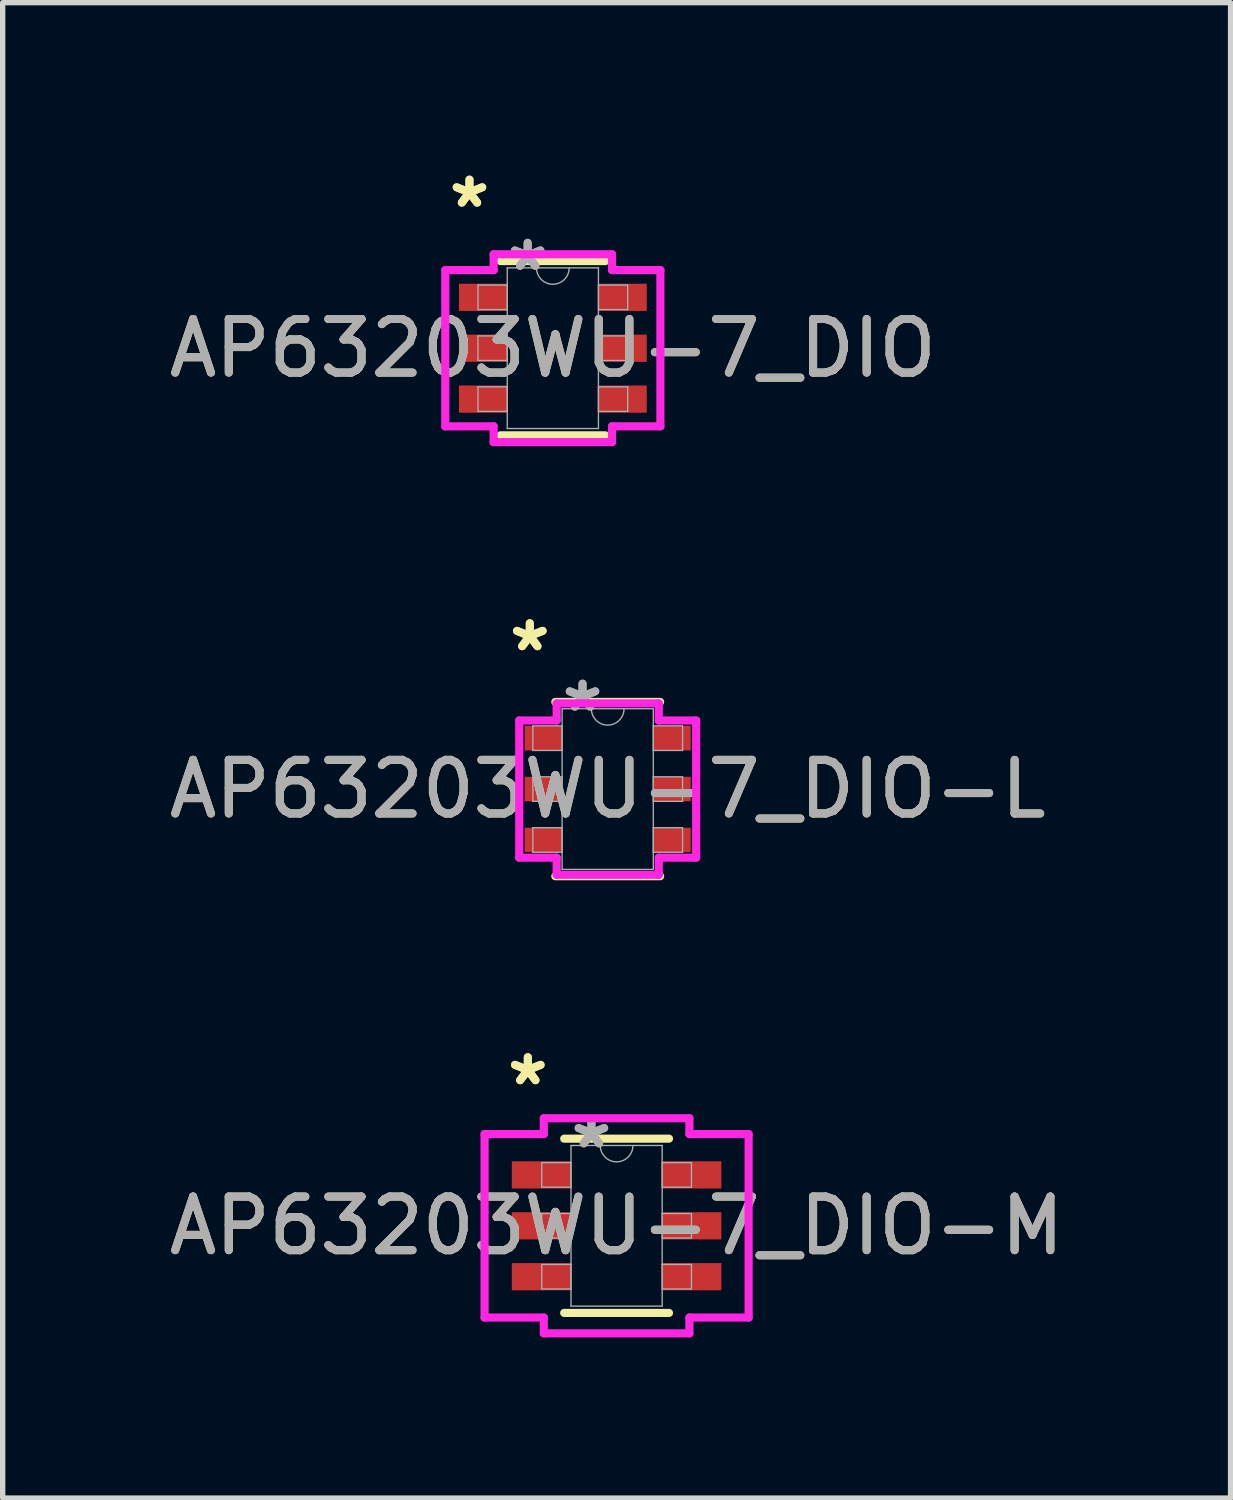
<source format=kicad_pcb>
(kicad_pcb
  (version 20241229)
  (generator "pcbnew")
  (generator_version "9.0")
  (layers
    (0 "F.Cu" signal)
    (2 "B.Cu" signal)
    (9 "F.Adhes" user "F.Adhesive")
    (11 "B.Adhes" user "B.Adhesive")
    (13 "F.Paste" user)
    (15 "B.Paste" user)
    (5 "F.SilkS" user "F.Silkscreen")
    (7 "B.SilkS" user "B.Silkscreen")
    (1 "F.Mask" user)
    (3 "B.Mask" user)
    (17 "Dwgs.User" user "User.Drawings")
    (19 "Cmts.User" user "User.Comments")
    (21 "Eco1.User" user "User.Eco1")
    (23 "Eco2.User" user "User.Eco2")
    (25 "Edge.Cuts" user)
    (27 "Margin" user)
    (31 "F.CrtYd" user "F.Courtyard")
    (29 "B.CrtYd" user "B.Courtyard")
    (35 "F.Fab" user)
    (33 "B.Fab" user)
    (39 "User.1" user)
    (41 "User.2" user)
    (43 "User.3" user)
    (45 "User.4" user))
  (footprint "AP63203WU-7_DIO-M"
    (layer "F.Cu")
    (at 8.458 19.828)
    (property "Reference" "AP63203WU-7_DIO-M" (at 0 0 0) (unlocked yes) (layer "F.SilkS") (effects (font (size 1 1) (thickness 0.15))))
    (attr smd)
    (fp_line (start -0.978 1.626) (end 0.978 1.626) (stroke (width 0.152) (type solid)) (layer "F.SilkS"))
    (fp_line (start 0.978 -1.626) (end -0.978 -1.626) (stroke (width 0.152) (type solid)) (layer "F.SilkS"))
    (fp_line (start -2.464 -1.712) (end -1.359 -1.712) (stroke (width 0.152) (type solid)) (layer "F.CrtYd"))
    (fp_line (start -2.464 1.712) (end -2.464 -1.712) (stroke (width 0.152) (type solid)) (layer "F.CrtYd"))
    (fp_line (start -2.464 1.712) (end -1.359 1.712) (stroke (width 0.152) (type solid)) (layer "F.CrtYd"))
    (fp_line (start -1.359 -2.007) (end 1.359 -2.007) (stroke (width 0.152) (type solid)) (layer "F.CrtYd"))
    (fp_line (start -1.359 -1.712) (end -1.359 -2.007) (stroke (width 0.152) (type solid)) (layer "F.CrtYd"))
    (fp_line (start -1.359 2.007) (end -1.359 1.712) (stroke (width 0.152) (type solid)) (layer "F.CrtYd"))
    (fp_line (start 1.359 -2.007) (end 1.359 -1.712) (stroke (width 0.152) (type solid)) (layer "F.CrtYd"))
    (fp_line (start 1.359 1.712) (end 1.359 2.007) (stroke (width 0.152) (type solid)) (layer "F.CrtYd"))
    (fp_line (start 1.359 2.007) (end -1.359 2.007) (stroke (width 0.152) (type solid)) (layer "F.CrtYd"))
    (fp_line (start 2.464 -1.712) (end 1.359 -1.712) (stroke (width 0.152) (type solid)) (layer "F.CrtYd"))
    (fp_line (start 2.464 -1.712) (end 2.464 1.712) (stroke (width 0.152) (type solid)) (layer "F.CrtYd"))
    (fp_line (start 2.464 1.712) (end 1.359 1.712) (stroke (width 0.152) (type solid)) (layer "F.CrtYd"))
    (fp_line (start -1.397 -1.179) (end -1.397 -0.721) (stroke (width 0.025) (type solid)) (layer "F.Fab"))
    (fp_line (start -1.397 -0.721) (end -0.851 -0.721) (stroke (width 0.025) (type solid)) (layer "F.Fab"))
    (fp_line (start -1.397 -0.229) (end -1.397 0.229) (stroke (width 0.025) (type solid)) (layer "F.Fab"))
    (fp_line (start -1.397 0.229) (end -0.851 0.229) (stroke (width 0.025) (type solid)) (layer "F.Fab"))
    (fp_line (start -1.397 0.721) (end -1.397 1.179) (stroke (width 0.025) (type solid)) (layer "F.Fab"))
    (fp_line (start -1.397 1.179) (end -0.851 1.179) (stroke (width 0.025) (type solid)) (layer "F.Fab"))
    (fp_line (start -0.851 -1.499) (end -0.851 1.499) (stroke (width 0.025) (type solid)) (layer "F.Fab"))
    (fp_line (start -0.851 -1.179) (end -1.397 -1.179) (stroke (width 0.025) (type solid)) (layer "F.Fab"))
    (fp_line (start -0.851 -0.721) (end -0.851 -1.179) (stroke (width 0.025) (type solid)) (layer "F.Fab"))
    (fp_line (start -0.851 -0.229) (end -1.397 -0.229) (stroke (width 0.025) (type solid)) (layer "F.Fab"))
    (fp_line (start -0.851 0.229) (end -0.851 -0.229) (stroke (width 0.025) (type solid)) (layer "F.Fab"))
    (fp_line (start -0.851 0.721) (end -1.397 0.721) (stroke (width 0.025) (type solid)) (layer "F.Fab"))
    (fp_line (start -0.851 1.179) (end -0.851 0.721) (stroke (width 0.025) (type solid)) (layer "F.Fab"))
    (fp_line (start -0.851 1.499) (end 0.851 1.499) (stroke (width 0.025) (type solid)) (layer "F.Fab"))
    (fp_line (start 0.851 -1.499) (end -0.851 -1.499) (stroke (width 0.025) (type solid)) (layer "F.Fab"))
    (fp_line (start 0.851 -1.179) (end 0.851 -0.721) (stroke (width 0.025) (type solid)) (layer "F.Fab"))
    (fp_line (start 0.851 -0.721) (end 1.397 -0.721) (stroke (width 0.025) (type solid)) (layer "F.Fab"))
    (fp_line (start 0.851 -0.229) (end 0.851 0.229) (stroke (width 0.025) (type solid)) (layer "F.Fab"))
    (fp_line (start 0.851 0.229) (end 1.397 0.229) (stroke (width 0.025) (type solid)) (layer "F.Fab"))
    (fp_line (start 0.851 0.721) (end 0.851 1.179) (stroke (width 0.025) (type solid)) (layer "F.Fab"))
    (fp_line (start 0.851 1.179) (end 1.397 1.179) (stroke (width 0.025) (type solid)) (layer "F.Fab"))
    (fp_line (start 0.851 1.499) (end 0.851 -1.499) (stroke (width 0.025) (type solid)) (layer "F.Fab"))
    (fp_line (start 1.397 -1.179) (end 0.851 -1.179) (stroke (width 0.025) (type solid)) (layer "F.Fab"))
    (fp_line (start 1.397 -0.721) (end 1.397 -1.179) (stroke (width 0.025) (type solid)) (layer "F.Fab"))
    (fp_line (start 1.397 -0.229) (end 0.851 -0.229) (stroke (width 0.025) (type solid)) (layer "F.Fab"))
    (fp_line (start 1.397 0.229) (end 1.397 -0.229) (stroke (width 0.025) (type solid)) (layer "F.Fab"))
    (fp_line (start 1.397 0.721) (end 0.851 0.721) (stroke (width 0.025) (type solid)) (layer "F.Fab"))
    (fp_line (start 1.397 1.179) (end 1.397 0.721) (stroke (width 0.025) (type solid)) (layer "F.Fab"))
    (fp_arc (start 0.3048 -1.4986) (mid 0 -1.1938) (end -0.3048 -1.4986) (stroke (width 0.0254) (type solid)) (layer "F.Fab"))
    (fp_text user "*" (at -1.657 -2.601 0) (layer "F.SilkS") (effects (font (size 1 1) (thickness 0.15))))
    (fp_text user "*" (at -1.657 -2.601 0) (unlocked yes) (layer "F.SilkS") (effects (font (size 1 1) (thickness 0.15))))
    (fp_text user "*" (at -0.47 -1.422 0) (layer "F.Fab") (effects (font (size 1 1) (thickness 0.15))))
    (fp_text user "*" (at -0.47 -1.422 0) (unlocked yes) (layer "F.Fab") (effects (font (size 1 1) (thickness 0.15))))
    (fp_text user "${REFERENCE}" (at 0 0 0) (unlocked yes) (layer "F.Fab") (effects (font (size 1 1) (thickness 0.15))))
    (pad "1" smd rect (at -1.403 -0.95) (size 1.105 0.508) (layers "F.Cu" "F.Mask" "F.Paste"))
    (pad "2" smd rect (at -1.403 0) (size 1.105 0.508) (layers "F.Cu" "F.Mask" "F.Paste"))
    (pad "3" smd rect (at -1.403 0.95) (size 1.105 0.508) (layers "F.Cu" "F.Mask" "F.Paste"))
    (pad "4" smd rect (at 1.403 0.95) (size 1.105 0.508) (layers "F.Cu" "F.Mask" "F.Paste"))
    (pad "5" smd rect (at 1.403 0) (size 1.105 0.508) (layers "F.Cu" "F.Mask" "F.Paste"))
    (pad "6" smd rect (at 1.403 -0.95) (size 1.105 0.508) (layers "F.Cu" "F.Mask" "F.Paste")))
  (footprint "AP63203WU-7_DIO-L"
    (layer "F.Cu")
    (at 8.292 11.677)
    (property "Reference" "AP63203WU-7_DIO-L" (at 0 0 0) (unlocked yes) (layer "F.SilkS") (effects (font (size 1 1) (thickness 0.15))))
    (attr smd)
    (fp_line (start -0.978 1.626) (end 0.978 1.626) (stroke (width 0.152) (type solid)) (layer "F.SilkS"))
    (fp_line (start 0.978 -1.626) (end -0.978 -1.626) (stroke (width 0.152) (type solid)) (layer "F.SilkS"))
    (fp_line (start -1.651 -1.28) (end -0.953 -1.28) (stroke (width 0.152) (type solid)) (layer "F.CrtYd"))
    (fp_line (start -1.651 1.28) (end -1.651 -1.28) (stroke (width 0.152) (type solid)) (layer "F.CrtYd"))
    (fp_line (start -1.651 1.28) (end -0.953 1.28) (stroke (width 0.152) (type solid)) (layer "F.CrtYd"))
    (fp_line (start -0.953 -1.6) (end 0.953 -1.6) (stroke (width 0.152) (type solid)) (layer "F.CrtYd"))
    (fp_line (start -0.953 -1.28) (end -0.953 -1.6) (stroke (width 0.152) (type solid)) (layer "F.CrtYd"))
    (fp_line (start -0.953 1.6) (end -0.953 1.28) (stroke (width 0.152) (type solid)) (layer "F.CrtYd"))
    (fp_line (start 0.953 -1.6) (end 0.953 -1.28) (stroke (width 0.152) (type solid)) (layer "F.CrtYd"))
    (fp_line (start 0.953 1.28) (end 0.953 1.6) (stroke (width 0.152) (type solid)) (layer "F.CrtYd"))
    (fp_line (start 0.953 1.6) (end -0.953 1.6) (stroke (width 0.152) (type solid)) (layer "F.CrtYd"))
    (fp_line (start 1.651 -1.28) (end 0.953 -1.28) (stroke (width 0.152) (type solid)) (layer "F.CrtYd"))
    (fp_line (start 1.651 -1.28) (end 1.651 1.28) (stroke (width 0.152) (type solid)) (layer "F.CrtYd"))
    (fp_line (start 1.651 1.28) (end 0.953 1.28) (stroke (width 0.152) (type solid)) (layer "F.CrtYd"))
    (fp_line (start -1.397 -1.179) (end -1.397 -0.721) (stroke (width 0.025) (type solid)) (layer "F.Fab"))
    (fp_line (start -1.397 -0.721) (end -0.851 -0.721) (stroke (width 0.025) (type solid)) (layer "F.Fab"))
    (fp_line (start -1.397 -0.229) (end -1.397 0.229) (stroke (width 0.025) (type solid)) (layer "F.Fab"))
    (fp_line (start -1.397 0.229) (end -0.851 0.229) (stroke (width 0.025) (type solid)) (layer "F.Fab"))
    (fp_line (start -1.397 0.721) (end -1.397 1.179) (stroke (width 0.025) (type solid)) (layer "F.Fab"))
    (fp_line (start -1.397 1.179) (end -0.851 1.179) (stroke (width 0.025) (type solid)) (layer "F.Fab"))
    (fp_line (start -0.851 -1.499) (end -0.851 1.499) (stroke (width 0.025) (type solid)) (layer "F.Fab"))
    (fp_line (start -0.851 -1.179) (end -1.397 -1.179) (stroke (width 0.025) (type solid)) (layer "F.Fab"))
    (fp_line (start -0.851 -0.721) (end -0.851 -1.179) (stroke (width 0.025) (type solid)) (layer "F.Fab"))
    (fp_line (start -0.851 -0.229) (end -1.397 -0.229) (stroke (width 0.025) (type solid)) (layer "F.Fab"))
    (fp_line (start -0.851 0.229) (end -0.851 -0.229) (stroke (width 0.025) (type solid)) (layer "F.Fab"))
    (fp_line (start -0.851 0.721) (end -1.397 0.721) (stroke (width 0.025) (type solid)) (layer "F.Fab"))
    (fp_line (start -0.851 1.179) (end -0.851 0.721) (stroke (width 0.025) (type solid)) (layer "F.Fab"))
    (fp_line (start -0.851 1.499) (end 0.851 1.499) (stroke (width 0.025) (type solid)) (layer "F.Fab"))
    (fp_line (start 0.851 -1.499) (end -0.851 -1.499) (stroke (width 0.025) (type solid)) (layer "F.Fab"))
    (fp_line (start 0.851 -1.179) (end 0.851 -0.721) (stroke (width 0.025) (type solid)) (layer "F.Fab"))
    (fp_line (start 0.851 -0.721) (end 1.397 -0.721) (stroke (width 0.025) (type solid)) (layer "F.Fab"))
    (fp_line (start 0.851 -0.229) (end 0.851 0.229) (stroke (width 0.025) (type solid)) (layer "F.Fab"))
    (fp_line (start 0.851 0.229) (end 1.397 0.229) (stroke (width 0.025) (type solid)) (layer "F.Fab"))
    (fp_line (start 0.851 0.721) (end 0.851 1.179) (stroke (width 0.025) (type solid)) (layer "F.Fab"))
    (fp_line (start 0.851 1.179) (end 1.397 1.179) (stroke (width 0.025) (type solid)) (layer "F.Fab"))
    (fp_line (start 0.851 1.499) (end 0.851 -1.499) (stroke (width 0.025) (type solid)) (layer "F.Fab"))
    (fp_line (start 1.397 -1.179) (end 0.851 -1.179) (stroke (width 0.025) (type solid)) (layer "F.Fab"))
    (fp_line (start 1.397 -0.721) (end 1.397 -1.179) (stroke (width 0.025) (type solid)) (layer "F.Fab"))
    (fp_line (start 1.397 -0.229) (end 0.851 -0.229) (stroke (width 0.025) (type solid)) (layer "F.Fab"))
    (fp_line (start 1.397 0.229) (end 1.397 -0.229) (stroke (width 0.025) (type solid)) (layer "F.Fab"))
    (fp_line (start 1.397 0.721) (end 0.851 0.721) (stroke (width 0.025) (type solid)) (layer "F.Fab"))
    (fp_line (start 1.397 1.179) (end 1.397 0.721) (stroke (width 0.025) (type solid)) (layer "F.Fab"))
    (fp_arc (start 0.3048 -1.4986) (mid 0 -1.1938) (end -0.3048 -1.4986) (stroke (width 0.0254) (type solid)) (layer "F.Fab"))
    (fp_text user "*" (at -1.454 -2.55 0) (layer "F.SilkS") (effects (font (size 1 1) (thickness 0.15))))
    (fp_text user "*" (at -1.454 -2.55 0) (unlocked yes) (layer "F.SilkS") (effects (font (size 1 1) (thickness 0.15))))
    (fp_text user "*" (at -0.47 -1.422 0) (unlocked yes) (layer "F.Fab") (effects (font (size 1 1) (thickness 0.15))))
    (fp_text user "${REFERENCE}" (at 0 0 0) (unlocked yes) (layer "F.Fab") (effects (font (size 1 1) (thickness 0.15))))
    (fp_text user "*" (at -0.47 -1.422 0) (layer "F.Fab") (effects (font (size 1 1) (thickness 0.15))))
    (pad "1" smd rect (at -1.2 -0.95) (size 0.699 0.457) (layers "F.Cu" "F.Mask" "F.Paste"))
    (pad "2" smd rect (at -1.2 0) (size 0.699 0.457) (layers "F.Cu" "F.Mask" "F.Paste"))
    (pad "3" smd rect (at -1.2 0.95) (size 0.699 0.457) (layers "F.Cu" "F.Mask" "F.Paste"))
    (pad "4" smd rect (at 1.2 0.95) (size 0.699 0.457) (layers "F.Cu" "F.Mask" "F.Paste"))
    (pad "5" smd rect (at 1.2 0) (size 0.699 0.457) (layers "F.Cu" "F.Mask" "F.Paste"))
    (pad "6" smd rect (at 1.2 -0.95) (size 0.699 0.457) (layers "F.Cu" "F.Mask" "F.Paste")))
  (footprint "AP63203WU-7_DIO"
    (layer "F.Cu")
    (at 7.268 3.449)
    (property "Reference" "AP63203WU-7_DIO" (at 0 0 0) (unlocked yes) (layer "F.SilkS") (effects (font (size 1 1) (thickness 0.15))))
    (attr smd)
    (fp_line (start -0.978 1.626) (end 0.978 1.626) (stroke (width 0.152) (type solid)) (layer "F.SilkS"))
    (fp_line (start 0.978 -1.626) (end -0.978 -1.626) (stroke (width 0.152) (type solid)) (layer "F.SilkS"))
    (fp_line (start -2.007 -1.458) (end -1.105 -1.458) (stroke (width 0.152) (type solid)) (layer "F.CrtYd"))
    (fp_line (start -2.007 1.458) (end -2.007 -1.458) (stroke (width 0.152) (type solid)) (layer "F.CrtYd"))
    (fp_line (start -2.007 1.458) (end -1.105 1.458) (stroke (width 0.152) (type solid)) (layer "F.CrtYd"))
    (fp_line (start -1.105 -1.753) (end 1.105 -1.753) (stroke (width 0.152) (type solid)) (layer "F.CrtYd"))
    (fp_line (start -1.105 -1.458) (end -1.105 -1.753) (stroke (width 0.152) (type solid)) (layer "F.CrtYd"))
    (fp_line (start -1.105 1.753) (end -1.105 1.458) (stroke (width 0.152) (type solid)) (layer "F.CrtYd"))
    (fp_line (start 1.105 -1.753) (end 1.105 -1.458) (stroke (width 0.152) (type solid)) (layer "F.CrtYd"))
    (fp_line (start 1.105 1.458) (end 1.105 1.753) (stroke (width 0.152) (type solid)) (layer "F.CrtYd"))
    (fp_line (start 1.105 1.753) (end -1.105 1.753) (stroke (width 0.152) (type solid)) (layer "F.CrtYd"))
    (fp_line (start 2.007 -1.458) (end 1.105 -1.458) (stroke (width 0.152) (type solid)) (layer "F.CrtYd"))
    (fp_line (start 2.007 -1.458) (end 2.007 1.458) (stroke (width 0.152) (type solid)) (layer "F.CrtYd"))
    (fp_line (start 2.007 1.458) (end 1.105 1.458) (stroke (width 0.152) (type solid)) (layer "F.CrtYd"))
    (fp_line (start -1.397 -1.179) (end -1.397 -0.721) (stroke (width 0.025) (type solid)) (layer "F.Fab"))
    (fp_line (start -1.397 -0.721) (end -0.851 -0.721) (stroke (width 0.025) (type solid)) (layer "F.Fab"))
    (fp_line (start -1.397 -0.229) (end -1.397 0.229) (stroke (width 0.025) (type solid)) (layer "F.Fab"))
    (fp_line (start -1.397 0.229) (end -0.851 0.229) (stroke (width 0.025) (type solid)) (layer "F.Fab"))
    (fp_line (start -1.397 0.721) (end -1.397 1.179) (stroke (width 0.025) (type solid)) (layer "F.Fab"))
    (fp_line (start -1.397 1.179) (end -0.851 1.179) (stroke (width 0.025) (type solid)) (layer "F.Fab"))
    (fp_line (start -0.851 -1.499) (end -0.851 1.499) (stroke (width 0.025) (type solid)) (layer "F.Fab"))
    (fp_line (start -0.851 -1.179) (end -1.397 -1.179) (stroke (width 0.025) (type solid)) (layer "F.Fab"))
    (fp_line (start -0.851 -0.721) (end -0.851 -1.179) (stroke (width 0.025) (type solid)) (layer "F.Fab"))
    (fp_line (start -0.851 -0.229) (end -1.397 -0.229) (stroke (width 0.025) (type solid)) (layer "F.Fab"))
    (fp_line (start -0.851 0.229) (end -0.851 -0.229) (stroke (width 0.025) (type solid)) (layer "F.Fab"))
    (fp_line (start -0.851 0.721) (end -1.397 0.721) (stroke (width 0.025) (type solid)) (layer "F.Fab"))
    (fp_line (start -0.851 1.179) (end -0.851 0.721) (stroke (width 0.025) (type solid)) (layer "F.Fab"))
    (fp_line (start -0.851 1.499) (end 0.851 1.499) (stroke (width 0.025) (type solid)) (layer "F.Fab"))
    (fp_line (start 0.851 -1.499) (end -0.851 -1.499) (stroke (width 0.025) (type solid)) (layer "F.Fab"))
    (fp_line (start 0.851 -1.179) (end 0.851 -0.721) (stroke (width 0.025) (type solid)) (layer "F.Fab"))
    (fp_line (start 0.851 -0.721) (end 1.397 -0.721) (stroke (width 0.025) (type solid)) (layer "F.Fab"))
    (fp_line (start 0.851 -0.229) (end 0.851 0.229) (stroke (width 0.025) (type solid)) (layer "F.Fab"))
    (fp_line (start 0.851 0.229) (end 1.397 0.229) (stroke (width 0.025) (type solid)) (layer "F.Fab"))
    (fp_line (start 0.851 0.721) (end 0.851 1.179) (stroke (width 0.025) (type solid)) (layer "F.Fab"))
    (fp_line (start 0.851 1.179) (end 1.397 1.179) (stroke (width 0.025) (type solid)) (layer "F.Fab"))
    (fp_line (start 0.851 1.499) (end 0.851 -1.499) (stroke (width 0.025) (type solid)) (layer "F.Fab"))
    (fp_line (start 1.397 -1.179) (end 0.851 -1.179) (stroke (width 0.025) (type solid)) (layer "F.Fab"))
    (fp_line (start 1.397 -0.721) (end 1.397 -1.179) (stroke (width 0.025) (type solid)) (layer "F.Fab"))
    (fp_line (start 1.397 -0.229) (end 0.851 -0.229) (stroke (width 0.025) (type solid)) (layer "F.Fab"))
    (fp_line (start 1.397 0.229) (end 1.397 -0.229) (stroke (width 0.025) (type solid)) (layer "F.Fab"))
    (fp_line (start 1.397 0.721) (end 0.851 0.721) (stroke (width 0.025) (type solid)) (layer "F.Fab"))
    (fp_line (start 1.397 1.179) (end 1.397 0.721) (stroke (width 0.025) (type solid)) (layer "F.Fab"))
    (fp_arc (start 0.3048 -1.4986) (mid 0 -1.1938) (end -0.3048 -1.4986) (stroke (width 0.0254) (type solid)) (layer "F.Fab"))
    (fp_text user "*" (at -1.556 -2.601 0) (unlocked yes) (layer "F.SilkS") (effects (font (size 1 1) (thickness 0.15))))
    (fp_text user "*" (at -1.556 -2.601 0) (layer "F.SilkS") (effects (font (size 1 1) (thickness 0.15))))
    (fp_text user "*" (at -0.47 -1.422 0) (unlocked yes) (layer "F.Fab") (effects (font (size 1 1) (thickness 0.15))))
    (fp_text user "${REFERENCE}" (at 0 0 0) (unlocked yes) (layer "F.Fab") (effects (font (size 1 1) (thickness 0.15))))
    (fp_text user "*" (at -0.47 -1.422 0) (layer "F.Fab") (effects (font (size 1 1) (thickness 0.15))))
    (pad "1" smd rect (at -1.302 -0.95) (size 0.902 0.508) (layers "F.Cu" "F.Mask" "F.Paste"))
    (pad "2" smd rect (at -1.302 0) (size 0.902 0.508) (layers "F.Cu" "F.Mask" "F.Paste"))
    (pad "3" smd rect (at -1.302 0.95) (size 0.902 0.508) (layers "F.Cu" "F.Mask" "F.Paste"))
    (pad "4" smd rect (at 1.302 0.95) (size 0.902 0.508) (layers "F.Cu" "F.Mask" "F.Paste"))
    (pad "5" smd rect (at 1.302 0) (size 0.902 0.508) (layers "F.Cu" "F.Mask" "F.Paste"))
    (pad "6" smd rect (at 1.302 -0.95) (size 0.902 0.508) (layers "F.Cu" "F.Mask" "F.Paste")))
  (gr_rect
    (start -3 -3)
    (end 19.917 24.91)
    (stroke (width 0.1) (type default))
    (fill no)
    (layer "Edge.Cuts")))
</source>
